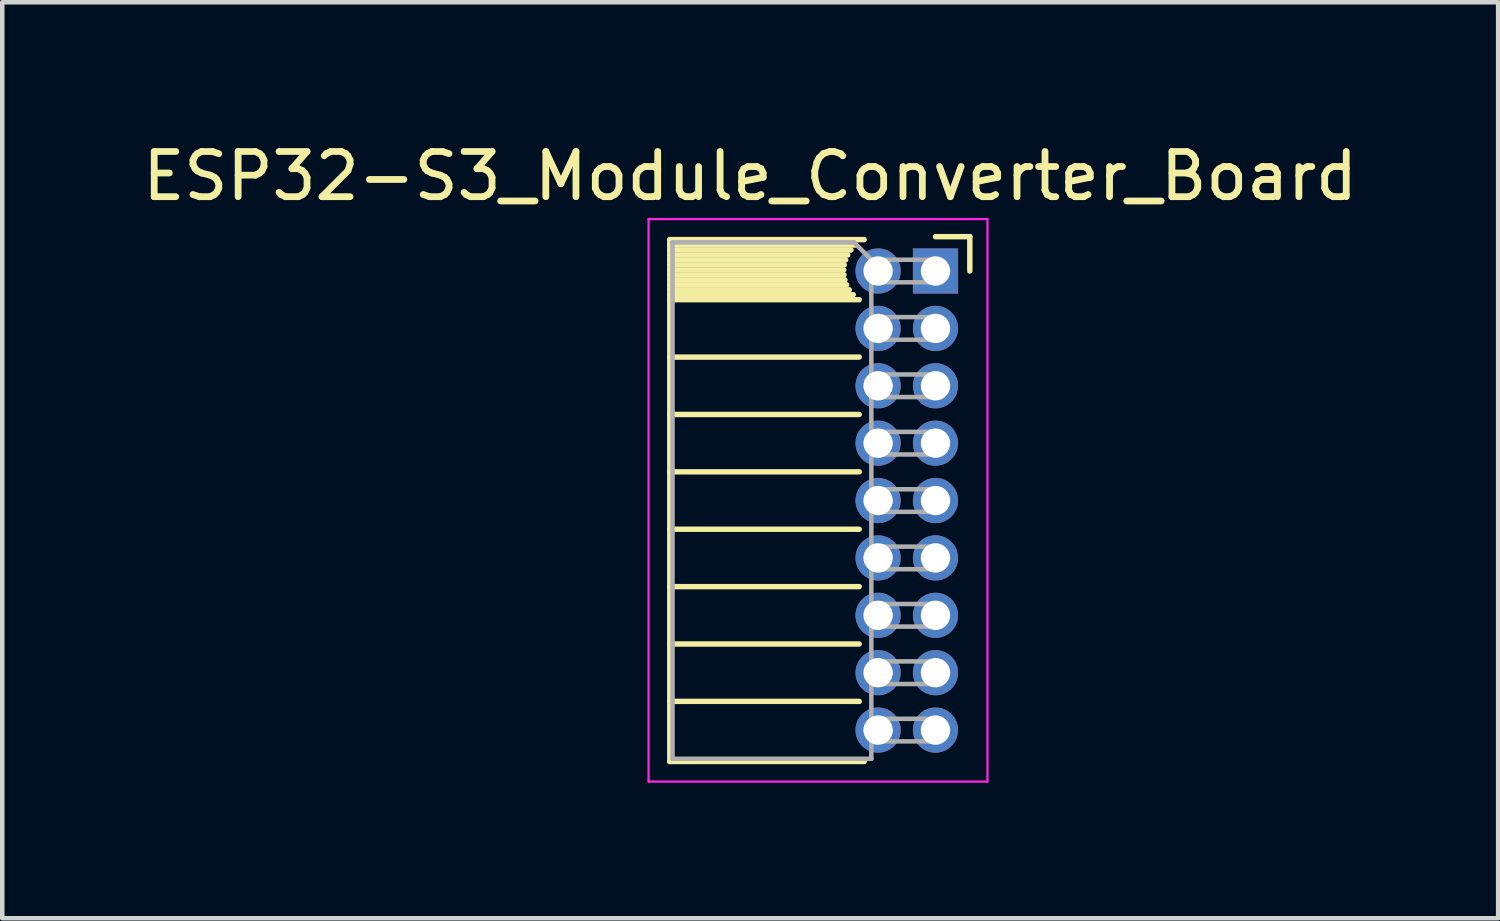
<source format=kicad_pcb>
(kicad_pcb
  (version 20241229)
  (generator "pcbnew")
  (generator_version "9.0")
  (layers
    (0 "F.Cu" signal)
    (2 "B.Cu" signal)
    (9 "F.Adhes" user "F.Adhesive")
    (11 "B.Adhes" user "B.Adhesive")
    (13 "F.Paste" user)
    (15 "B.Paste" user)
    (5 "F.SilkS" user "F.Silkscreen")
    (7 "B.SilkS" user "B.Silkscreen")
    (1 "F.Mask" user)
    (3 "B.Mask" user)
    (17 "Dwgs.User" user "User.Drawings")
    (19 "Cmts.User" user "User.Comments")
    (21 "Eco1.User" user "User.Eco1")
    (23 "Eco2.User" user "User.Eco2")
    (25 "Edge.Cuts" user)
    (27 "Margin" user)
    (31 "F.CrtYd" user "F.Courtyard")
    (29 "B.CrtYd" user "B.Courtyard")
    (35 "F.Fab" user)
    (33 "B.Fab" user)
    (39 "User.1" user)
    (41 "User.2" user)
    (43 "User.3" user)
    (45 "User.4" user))
  (footprint "ESP32-S3_Module_Converter_Board"
    (layer "F.Cu")
    (at 17.654 2.948)
    (property "Reference" "ESP32-S3_Module_Converter_Board" (at -4.1 -2.1 0) (unlocked yes) (layer "F.SilkS") (effects (font (size 1 1) (thickness 0.15))))
    (attr through_hole)
    (fp_line (start -5.88 -0.695) (end -5.88 10.855) (stroke (width 0.12) (type solid)) (layer "F.SilkS"))
    (fp_line (start -5.88 -0.695) (end -1.578 -0.695) (stroke (width 0.12) (type solid)) (layer "F.SilkS"))
    (fp_line (start -5.88 -0.575) (end -1.767 -0.575) (stroke (width 0.12) (type solid)) (layer "F.SilkS"))
    (fp_line (start -5.88 -0.465) (end -1.871 -0.465) (stroke (width 0.12) (type solid)) (layer "F.SilkS"))
    (fp_line (start -5.88 -0.355) (end -1.942 -0.355) (stroke (width 0.12) (type solid)) (layer "F.SilkS"))
    (fp_line (start -5.88 -0.245) (end -1.989 -0.245) (stroke (width 0.12) (type solid)) (layer "F.SilkS"))
    (fp_line (start -5.88 -0.135) (end -2.018 -0.135) (stroke (width 0.12) (type solid)) (layer "F.SilkS"))
    (fp_line (start -5.88 -0.025) (end -2.03 -0.025) (stroke (width 0.12) (type solid)) (layer "F.SilkS"))
    (fp_line (start -5.88 0.085) (end -2.025 0.085) (stroke (width 0.12) (type solid)) (layer "F.SilkS"))
    (fp_line (start -5.88 0.195) (end -2.005 0.195) (stroke (width 0.12) (type solid)) (layer "F.SilkS"))
    (fp_line (start -5.88 0.305) (end -1.966 0.305) (stroke (width 0.12) (type solid)) (layer "F.SilkS"))
    (fp_line (start -5.88 0.415) (end -1.907 0.415) (stroke (width 0.12) (type solid)) (layer "F.SilkS"))
    (fp_line (start -5.88 0.525) (end -1.82 0.525) (stroke (width 0.12) (type solid)) (layer "F.SilkS"))
    (fp_line (start -5.88 0.635) (end -1.688 0.635) (stroke (width 0.12) (type solid)) (layer "F.SilkS"))
    (fp_line (start -5.88 1.905) (end -1.688 1.905) (stroke (width 0.12) (type solid)) (layer "F.SilkS"))
    (fp_line (start -5.88 3.175) (end -1.688 3.175) (stroke (width 0.12) (type solid)) (layer "F.SilkS"))
    (fp_line (start -5.88 4.445) (end -1.688 4.445) (stroke (width 0.12) (type solid)) (layer "F.SilkS"))
    (fp_line (start -5.88 5.715) (end -1.688 5.715) (stroke (width 0.12) (type solid)) (layer "F.SilkS"))
    (fp_line (start -5.88 6.985) (end -1.688 6.985) (stroke (width 0.12) (type solid)) (layer "F.SilkS"))
    (fp_line (start -5.88 8.255) (end -1.688 8.255) (stroke (width 0.12) (type solid)) (layer "F.SilkS"))
    (fp_line (start -5.88 9.525) (end -1.688 9.525) (stroke (width 0.12) (type solid)) (layer "F.SilkS"))
    (fp_line (start -5.88 10.855) (end -1.578 10.855) (stroke (width 0.12) (type solid)) (layer "F.SilkS"))
    (fp_line (start 0 -0.76) (end 0.76 -0.76) (stroke (width 0.12) (type solid)) (layer "F.SilkS"))
    (fp_line (start 0.76 -0.76) (end 0.76 0) (stroke (width 0.12) (type solid)) (layer "F.SilkS"))
    (fp_line (start -6.35 -1.15) (end -6.35 11.3) (stroke (width 0.05) (type solid)) (layer "F.CrtYd"))
    (fp_line (start -6.35 11.3) (end 1.15 11.3) (stroke (width 0.05) (type solid)) (layer "F.CrtYd"))
    (fp_line (start 1.15 -1.15) (end -6.35 -1.15) (stroke (width 0.05) (type solid)) (layer "F.CrtYd"))
    (fp_line (start 1.15 11.3) (end 1.15 -1.15) (stroke (width 0.05) (type solid)) (layer "F.CrtYd"))
    (fp_line (start -5.82 -0.635) (end -1.805 -0.635) (stroke (width 0.1) (type solid)) (layer "F.Fab"))
    (fp_line (start -5.82 10.795) (end -5.82 -0.635) (stroke (width 0.1) (type solid)) (layer "F.Fab"))
    (fp_line (start -1.805 -0.635) (end -1.42 -0.25) (stroke (width 0.1) (type solid)) (layer "F.Fab"))
    (fp_line (start -1.42 -0.25) (end -1.42 10.795) (stroke (width 0.1) (type solid)) (layer "F.Fab"))
    (fp_line (start -1.42 0.25) (end 0 0.25) (stroke (width 0.1) (type solid)) (layer "F.Fab"))
    (fp_line (start -1.42 1.52) (end 0 1.52) (stroke (width 0.1) (type solid)) (layer "F.Fab"))
    (fp_line (start -1.42 2.79) (end 0 2.79) (stroke (width 0.1) (type solid)) (layer "F.Fab"))
    (fp_line (start -1.42 4.06) (end 0 4.06) (stroke (width 0.1) (type solid)) (layer "F.Fab"))
    (fp_line (start -1.42 5.33) (end 0 5.33) (stroke (width 0.1) (type solid)) (layer "F.Fab"))
    (fp_line (start -1.42 6.6) (end 0 6.6) (stroke (width 0.1) (type solid)) (layer "F.Fab"))
    (fp_line (start -1.42 7.87) (end 0 7.87) (stroke (width 0.1) (type solid)) (layer "F.Fab"))
    (fp_line (start -1.42 9.14) (end 0 9.14) (stroke (width 0.1) (type solid)) (layer "F.Fab"))
    (fp_line (start -1.42 10.41) (end 0 10.41) (stroke (width 0.1) (type solid)) (layer "F.Fab"))
    (fp_line (start -1.42 10.795) (end -5.82 10.795) (stroke (width 0.1) (type solid)) (layer "F.Fab"))
    (fp_line (start 0 -0.25) (end -1.42 -0.25) (stroke (width 0.1) (type solid)) (layer "F.Fab"))
    (fp_line (start 0 0.25) (end 0 -0.25) (stroke (width 0.1) (type solid)) (layer "F.Fab"))
    (fp_line (start 0 1.02) (end -1.42 1.02) (stroke (width 0.1) (type solid)) (layer "F.Fab"))
    (fp_line (start 0 1.52) (end 0 1.02) (stroke (width 0.1) (type solid)) (layer "F.Fab"))
    (fp_line (start 0 2.29) (end -1.42 2.29) (stroke (width 0.1) (type solid)) (layer "F.Fab"))
    (fp_line (start 0 2.79) (end 0 2.29) (stroke (width 0.1) (type solid)) (layer "F.Fab"))
    (fp_line (start 0 3.56) (end -1.42 3.56) (stroke (width 0.1) (type solid)) (layer "F.Fab"))
    (fp_line (start 0 4.06) (end 0 3.56) (stroke (width 0.1) (type solid)) (layer "F.Fab"))
    (fp_line (start 0 4.83) (end -1.42 4.83) (stroke (width 0.1) (type solid)) (layer "F.Fab"))
    (fp_line (start 0 5.33) (end 0 4.83) (stroke (width 0.1) (type solid)) (layer "F.Fab"))
    (fp_line (start 0 6.1) (end -1.42 6.1) (stroke (width 0.1) (type solid)) (layer "F.Fab"))
    (fp_line (start 0 6.6) (end 0 6.1) (stroke (width 0.1) (type solid)) (layer "F.Fab"))
    (fp_line (start 0 7.37) (end -1.42 7.37) (stroke (width 0.1) (type solid)) (layer "F.Fab"))
    (fp_line (start 0 7.87) (end 0 7.37) (stroke (width 0.1) (type solid)) (layer "F.Fab"))
    (fp_line (start 0 8.64) (end -1.42 8.64) (stroke (width 0.1) (type solid)) (layer "F.Fab"))
    (fp_line (start 0 9.14) (end 0 8.64) (stroke (width 0.1) (type solid)) (layer "F.Fab"))
    (fp_line (start 0 9.91) (end -1.42 9.91) (stroke (width 0.1) (type solid)) (layer "F.Fab"))
    (fp_line (start 0 10.41) (end 0 9.91) (stroke (width 0.1) (type solid)) (layer "F.Fab"))
    (pad "1" thru_hole oval (at -1.27 0) (size 1 1) (drill 0.65) (layers "*.Cu" "*.Mask"))
    (pad "2" thru_hole oval (at -1.27 1.27) (size 1 1) (drill 0.65) (layers "*.Cu" "*.Mask"))
    (pad "3" thru_hole oval (at -1.27 2.54) (size 1 1) (drill 0.65) (layers "*.Cu" "*.Mask"))
    (pad "4" thru_hole oval (at -1.27 3.81) (size 1 1) (drill 0.65) (layers "*.Cu" "*.Mask"))
    (pad "5" thru_hole oval (at -1.27 5.08) (size 1 1) (drill 0.65) (layers "*.Cu" "*.Mask"))
    (pad "6" thru_hole oval (at -1.27 6.35) (size 1 1) (drill 0.65) (layers "*.Cu" "*.Mask"))
    (pad "7" thru_hole oval (at -1.27 7.62) (size 1 1) (drill 0.65) (layers "*.Cu" "*.Mask"))
    (pad "8" thru_hole oval (at -1.27 8.89) (size 1 1) (drill 0.65) (layers "*.Cu" "*.Mask"))
    (pad "9" thru_hole oval (at -1.27 10.16) (size 1 1) (drill 0.65) (layers "*.Cu" "*.Mask"))
    (pad "10" thru_hole oval (at 0 10.16) (size 1 1) (drill 0.65) (layers "*.Cu" "*.Mask"))
    (pad "11" thru_hole oval (at 0 8.89) (size 1 1) (drill 0.65) (layers "*.Cu" "*.Mask"))
    (pad "12" thru_hole oval (at 0 7.62) (size 1 1) (drill 0.65) (layers "*.Cu" "*.Mask"))
    (pad "13" thru_hole oval (at 0 6.35) (size 1 1) (drill 0.65) (layers "*.Cu" "*.Mask"))
    (pad "14" thru_hole oval (at 0 5.08) (size 1 1) (drill 0.65) (layers "*.Cu" "*.Mask"))
    (pad "15" thru_hole oval (at 0 3.81) (size 1 1) (drill 0.65) (layers "*.Cu" "*.Mask"))
    (pad "16" thru_hole oval (at 0 2.54) (size 1 1) (drill 0.65) (layers "*.Cu" "*.Mask"))
    (pad "17" thru_hole oval (at 0 1.27) (size 1 1) (drill 0.65) (layers "*.Cu" "*.Mask"))
    (pad "18" thru_hole rect (at 0 0) (size 1 1) (drill 0.65) (layers "*.Cu" "*.Mask")))
  (gr_rect
    (start -3 -3)
    (end 30.107 17.273)
    (stroke (width 0.1) (type default))
    (fill no)
    (layer "Edge.Cuts")))
</source>
